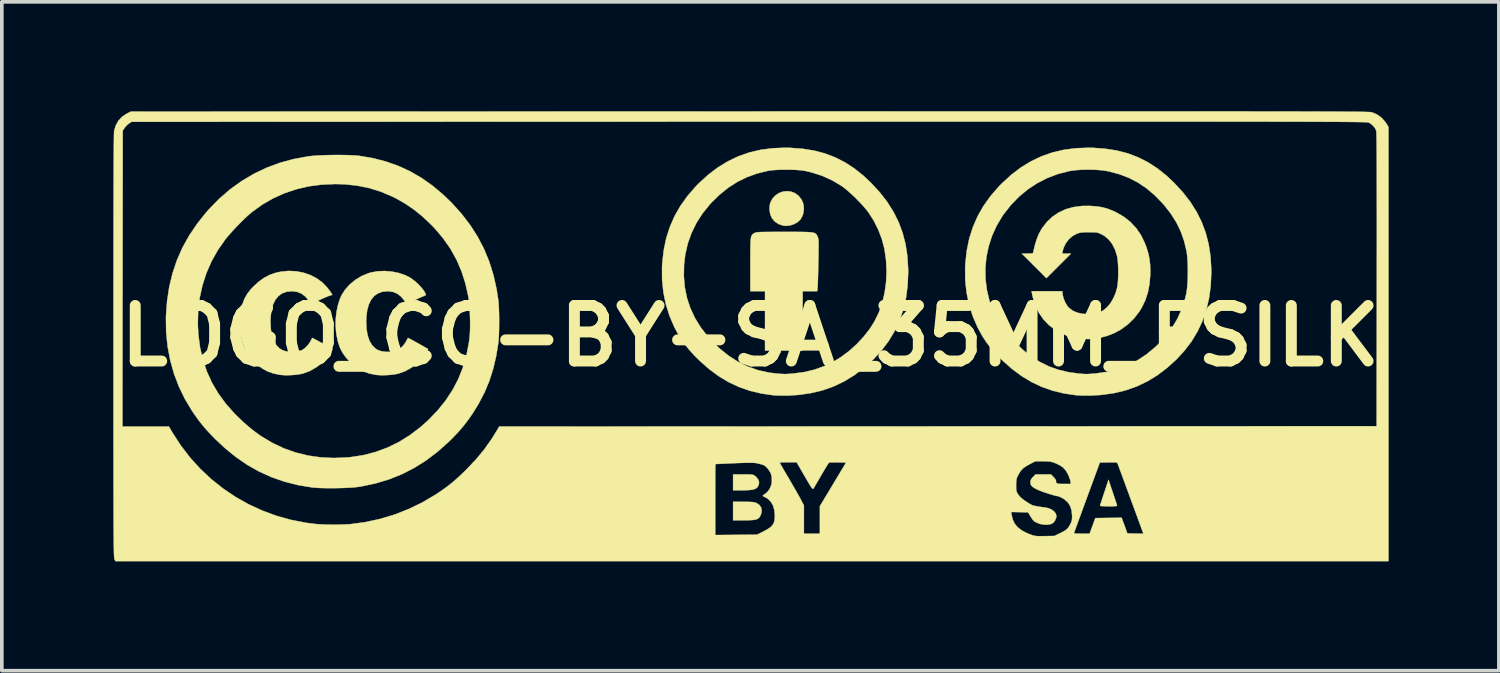
<source format=kicad_pcb>
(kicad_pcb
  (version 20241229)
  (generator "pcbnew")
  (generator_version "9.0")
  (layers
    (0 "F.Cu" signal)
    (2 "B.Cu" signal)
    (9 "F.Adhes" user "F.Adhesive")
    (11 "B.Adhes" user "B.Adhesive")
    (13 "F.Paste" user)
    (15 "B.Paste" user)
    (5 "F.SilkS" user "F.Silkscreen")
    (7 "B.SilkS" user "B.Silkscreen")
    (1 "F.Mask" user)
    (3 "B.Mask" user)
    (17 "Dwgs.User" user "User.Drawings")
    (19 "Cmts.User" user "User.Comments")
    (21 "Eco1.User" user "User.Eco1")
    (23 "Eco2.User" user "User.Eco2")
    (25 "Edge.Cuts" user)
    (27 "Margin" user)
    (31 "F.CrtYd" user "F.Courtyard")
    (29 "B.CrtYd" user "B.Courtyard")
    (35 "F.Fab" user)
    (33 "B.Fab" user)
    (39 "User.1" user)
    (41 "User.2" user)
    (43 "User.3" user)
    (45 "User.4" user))
  (footprint "LOGO_CC-BY-SA_35MM_FSILK"
    (layer "F.Cu")
    (at 17.533 6.164)
    (property "Reference" "LOGO_CC-BY-SA_35MM_FSILK" (at 0 0 0) (layer "F.SilkS") (effects (font (size 1.524 1.524) (thickness 0.3))))
    (attr through_hole)
    (fp_poly (pts (xy -0.188 4.552) (xy -0.077 4.552) (xy 0.006 4.555) (xy 0.066 4.559) (xy 0.111 4.566) (xy 0.147 4.576) (xy 0.17 4.586) (xy 0.247 4.637) (xy 0.294 4.705) (xy 0.312 4.787) (xy 0.298 4.878) (xy 0.275 4.934) (xy 0.251 4.975) (xy 0.221 5.005) (xy 0.182 5.028) (xy 0.128 5.043) (xy 0.054 5.052) (xy -0.045 5.057) (xy -0.173 5.059) (xy -0.188 5.059) (xy -0.473 5.059) (xy -0.473 4.551) (xy -0.188 4.552)) (stroke (width 0.01) (type solid)) (fill yes) (layer "F.SilkS"))
    (fp_poly (pts (xy -0.1 3.799) (xy -0.025 3.801) (xy 0.028 3.804) (xy 0.065 3.81) (xy 0.093 3.82) (xy 0.118 3.834) (xy 0.124 3.838) (xy 0.172 3.881) (xy 0.212 3.936) (xy 0.217 3.945) (xy 0.237 3.996) (xy 0.239 4.039) (xy 0.23 4.078) (xy 0.209 4.129) (xy 0.179 4.168) (xy 0.134 4.196) (xy 0.071 4.216) (xy -0.015 4.228) (xy -0.127 4.234) (xy -0.241 4.236) (xy -0.473 4.236) (xy -0.473 3.799) (xy -0.204 3.799) (xy -0.1 3.799)) (stroke (width 0.01) (type solid)) (fill yes) (layer "F.SilkS"))
    (fp_poly (pts (xy 9.937 4.28) (xy 9.972 4.384) (xy 10.003 4.477) (xy 10.029 4.555) (xy 10.048 4.612) (xy 10.057 4.641) (xy 10.058 4.643) (xy 10.059 4.656) (xy 10.051 4.664) (xy 10.027 4.669) (xy 9.983 4.672) (xy 9.913 4.674) (xy 9.83 4.674) (xy 9.744 4.673) (xy 9.671 4.67) (xy 9.619 4.667) (xy 9.594 4.662) (xy 9.593 4.661) (xy 9.598 4.641) (xy 9.613 4.593) (xy 9.636 4.522) (xy 9.665 4.433) (xy 9.698 4.331) (xy 9.71 4.298) (xy 9.826 3.948) (xy 9.937 4.28)) (stroke (width 0.01) (type solid)) (fill yes) (layer "F.SilkS"))
    (fp_poly (pts (xy 1.113 -3.958) (xy 1.222 -3.917) (xy 1.32 -3.846) (xy 1.329 -3.836) (xy 1.408 -3.734) (xy 1.456 -3.619) (xy 1.47 -3.493) (xy 1.452 -3.359) (xy 1.445 -3.334) (xy 1.417 -3.267) (xy 1.38 -3.202) (xy 1.366 -3.183) (xy 1.288 -3.114) (xy 1.189 -3.061) (xy 1.079 -3.028) (xy 0.967 -3.018) (xy 0.893 -3.027) (xy 0.769 -3.071) (xy 0.668 -3.14) (xy 0.592 -3.231) (xy 0.545 -3.341) (xy 0.527 -3.468) (xy 0.527 -3.484) (xy 0.53 -3.553) (xy 0.539 -3.617) (xy 0.548 -3.653) (xy 0.606 -3.763) (xy 0.685 -3.851) (xy 0.781 -3.916) (xy 0.887 -3.956) (xy 1 -3.97) (xy 1.113 -3.958)) (stroke (width 0.01) (type solid)) (fill yes) (layer "F.SilkS"))
    (fp_poly (pts (xy 1.13 -2.853) (xy 1.292 -2.853) (xy 1.425 -2.852) (xy 1.533 -2.849) (xy 1.618 -2.845) (xy 1.683 -2.839) (xy 1.732 -2.83) (xy 1.768 -2.818) (xy 1.794 -2.803) (xy 1.812 -2.784) (xy 1.827 -2.76) (xy 1.841 -2.731) (xy 1.847 -2.72) (xy 1.855 -2.7) (xy 1.862 -2.678) (xy 1.867 -2.649) (xy 1.87 -2.61) (xy 1.872 -2.557) (xy 1.873 -2.486) (xy 1.872 -2.393) (xy 1.871 -2.275) (xy 1.868 -2.129) (xy 1.866 -2.031) (xy 1.863 -1.883) (xy 1.86 -1.741) (xy 1.856 -1.613) (xy 1.853 -1.501) (xy 1.849 -1.41) (xy 1.846 -1.346) (xy 1.844 -1.317) (xy 1.833 -1.225) (xy 1.435 -1.225) (xy 1.435 0.403) (xy 0.403 0.403) (xy 0.403 -1.225) (xy 0 -1.225) (xy 0 -1.953) (xy 0.000058 -2.141) (xy 0.001 -2.297) (xy 0.002 -2.424) (xy 0.004 -2.526) (xy 0.008 -2.607) (xy 0.014 -2.668) (xy 0.023 -2.714) (xy 0.034 -2.747) (xy 0.049 -2.772) (xy 0.068 -2.791) (xy 0.09 -2.807) (xy 0.11 -2.819) (xy 0.125 -2.827) (xy 0.143 -2.834) (xy 0.166 -2.839) (xy 0.198 -2.844) (xy 0.243 -2.847) (xy 0.304 -2.85) (xy 0.383 -2.851) (xy 0.485 -2.852) (xy 0.613 -2.853) (xy 0.769 -2.853) (xy 0.937 -2.853) (xy 1.13 -2.853)) (stroke (width 0.01) (type solid)) (fill yes) (layer "F.SilkS"))
    (fp_poly (pts (xy -12.466 -1.773) (xy -12.265 -1.736) (xy -12.075 -1.672) (xy -11.9 -1.582) (xy -11.744 -1.468) (xy -11.618 -1.339) (xy -11.571 -1.28) (xy -11.529 -1.224) (xy -11.5 -1.182) (xy -11.497 -1.177) (xy -11.467 -1.126) (xy -11.541 -1.104) (xy -11.584 -1.088) (xy -11.651 -1.06) (xy -11.732 -1.025) (xy -11.819 -0.985) (xy -11.832 -0.979) (xy -11.911 -0.941) (xy -11.977 -0.91) (xy -12.026 -0.887) (xy -12.05 -0.876) (xy -12.052 -0.875) (xy -12.062 -0.889) (xy -12.086 -0.923) (xy -12.111 -0.962) (xy -12.202 -1.075) (xy -12.308 -1.157) (xy -12.429 -1.207) (xy -12.565 -1.225) (xy -12.577 -1.225) (xy -12.719 -1.211) (xy -12.841 -1.167) (xy -12.944 -1.094) (xy -13.028 -0.993) (xy -13.092 -0.863) (xy -13.135 -0.706) (xy -13.159 -0.521) (xy -13.164 -0.381) (xy -13.153 -0.181) (xy -13.122 -0.007) (xy -13.072 0.139) (xy -13.001 0.257) (xy -12.911 0.346) (xy -12.846 0.387) (xy -12.753 0.419) (xy -12.641 0.437) (xy -12.522 0.438) (xy -12.408 0.425) (xy -12.31 0.395) (xy -12.294 0.388) (xy -12.217 0.335) (xy -12.142 0.259) (xy -12.079 0.171) (xy -12.06 0.136) (xy -12.037 0.091) (xy -12.021 0.062) (xy -12.017 0.056) (xy -12.001 0.062) (xy -11.962 0.083) (xy -11.903 0.115) (xy -11.832 0.154) (xy -11.754 0.197) (xy -11.675 0.241) (xy -11.601 0.283) (xy -11.538 0.319) (xy -11.492 0.346) (xy -11.468 0.361) (xy -11.467 0.362) (xy -11.469 0.382) (xy -11.493 0.426) (xy -11.537 0.491) (xy -11.6 0.573) (xy -11.747 0.733) (xy -11.912 0.865) (xy -12.093 0.967) (xy -12.271 1.032) (xy -12.369 1.053) (xy -12.488 1.068) (xy -12.618 1.077) (xy -12.745 1.079) (xy -12.858 1.073) (xy -12.905 1.068) (xy -13.087 1.029) (xy -13.246 0.973) (xy -13.39 0.894) (xy -13.527 0.79) (xy -13.612 0.71) (xy -13.688 0.632) (xy -13.744 0.567) (xy -13.788 0.505) (xy -13.826 0.438) (xy -13.844 0.403) (xy -13.924 0.204) (xy -13.975 -0.007) (xy -14 -0.234) (xy -13.998 -0.455) (xy -13.978 -0.663) (xy -13.94 -0.846) (xy -13.881 -1.008) (xy -13.799 -1.155) (xy -13.692 -1.291) (xy -13.638 -1.348) (xy -13.489 -1.484) (xy -13.343 -1.59) (xy -13.193 -1.67) (xy -13.032 -1.727) (xy -12.882 -1.761) (xy -12.673 -1.782) (xy -12.466 -1.773)) (stroke (width 0.01) (type solid)) (fill yes) (layer "F.SilkS"))
    (fp_poly (pts (xy -9.834 -1.764) (xy -9.645 -1.726) (xy -9.469 -1.666) (xy -9.334 -1.598) (xy -9.259 -1.546) (xy -9.183 -1.485) (xy -9.111 -1.419) (xy -9.045 -1.35) (xy -8.988 -1.282) (xy -8.943 -1.221) (xy -8.914 -1.168) (xy -8.904 -1.129) (xy -8.915 -1.107) (xy -8.933 -1.103) (xy -8.955 -1.095) (xy -9.003 -1.075) (xy -9.07 -1.045) (xy -9.15 -1.007) (xy -9.188 -0.989) (xy -9.27 -0.949) (xy -9.34 -0.915) (xy -9.392 -0.89) (xy -9.421 -0.877) (xy -9.425 -0.875) (xy -9.436 -0.889) (xy -9.46 -0.923) (xy -9.486 -0.962) (xy -9.577 -1.075) (xy -9.682 -1.157) (xy -9.803 -1.207) (xy -9.939 -1.225) (xy -9.952 -1.225) (xy -10.093 -1.211) (xy -10.215 -1.167) (xy -10.318 -1.094) (xy -10.402 -0.993) (xy -10.466 -0.863) (xy -10.51 -0.706) (xy -10.533 -0.521) (xy -10.538 -0.381) (xy -10.527 -0.181) (xy -10.497 -0.007) (xy -10.446 0.139) (xy -10.375 0.257) (xy -10.285 0.346) (xy -10.22 0.387) (xy -10.127 0.419) (xy -10.015 0.437) (xy -9.896 0.438) (xy -9.782 0.425) (xy -9.684 0.395) (xy -9.668 0.388) (xy -9.591 0.335) (xy -9.516 0.259) (xy -9.453 0.171) (xy -9.434 0.136) (xy -9.411 0.091) (xy -9.395 0.062) (xy -9.391 0.056) (xy -9.376 0.062) (xy -9.336 0.083) (xy -9.277 0.115) (xy -9.206 0.154) (xy -9.128 0.197) (xy -9.049 0.241) (xy -8.975 0.283) (xy -8.912 0.319) (xy -8.866 0.346) (xy -8.842 0.361) (xy -8.842 0.362) (xy -8.843 0.382) (xy -8.867 0.426) (xy -8.912 0.491) (xy -8.974 0.573) (xy -9.121 0.733) (xy -9.286 0.865) (xy -9.467 0.967) (xy -9.646 1.032) (xy -9.743 1.053) (xy -9.862 1.068) (xy -9.992 1.077) (xy -10.119 1.079) (xy -10.232 1.073) (xy -10.279 1.068) (xy -10.461 1.029) (xy -10.62 0.973) (xy -10.764 0.894) (xy -10.901 0.79) (xy -10.986 0.71) (xy -11.099 0.586) (xy -11.188 0.46) (xy -11.257 0.325) (xy -11.309 0.174) (xy -11.347 -0.001) (xy -11.363 -0.103) (xy -11.376 -0.284) (xy -11.372 -0.475) (xy -11.35 -0.665) (xy -11.312 -0.847) (xy -11.26 -1.011) (xy -11.212 -1.119) (xy -11.111 -1.275) (xy -10.982 -1.417) (xy -10.83 -1.541) (xy -10.661 -1.643) (xy -10.479 -1.718) (xy -10.406 -1.74) (xy -10.223 -1.772) (xy -10.03 -1.78) (xy -9.834 -1.764)) (stroke (width 0.01) (type solid)) (fill yes) (layer "F.SilkS"))
    (fp_poly (pts (xy 9.49 -3.553) (xy 9.644 -3.53) (xy 9.786 -3.493) (xy 9.929 -3.439) (xy 10.039 -3.388) (xy 10.247 -3.267) (xy 10.429 -3.122) (xy 10.586 -2.954) (xy 10.717 -2.762) (xy 10.823 -2.545) (xy 10.864 -2.436) (xy 10.915 -2.271) (xy 10.948 -2.115) (xy 10.967 -1.955) (xy 10.973 -1.781) (xy 10.971 -1.672) (xy 10.95 -1.419) (xy 10.904 -1.187) (xy 10.833 -0.972) (xy 10.734 -0.77) (xy 10.674 -0.673) (xy 10.53 -0.484) (xy 10.362 -0.32) (xy 10.175 -0.181) (xy 9.97 -0.07) (xy 9.75 0.012) (xy 9.519 0.065) (xy 9.28 0.087) (xy 9.035 0.076) (xy 8.971 0.068) (xy 8.754 0.02) (xy 8.549 -0.059) (xy 8.359 -0.166) (xy 8.187 -0.3) (xy 8.038 -0.457) (xy 7.92 -0.627) (xy 7.868 -0.729) (xy 7.817 -0.85) (xy 7.773 -0.976) (xy 7.74 -1.095) (xy 7.729 -1.151) (xy 7.717 -1.225) (xy 8.556 -1.225) (xy 8.568 -1.131) (xy 8.591 -1.034) (xy 8.632 -0.931) (xy 8.685 -0.837) (xy 8.736 -0.773) (xy 8.842 -0.692) (xy 8.972 -0.636) (xy 9.126 -0.604) (xy 9.305 -0.597) (xy 9.334 -0.598) (xy 9.471 -0.613) (xy 9.587 -0.647) (xy 9.689 -0.704) (xy 9.788 -0.788) (xy 9.795 -0.795) (xy 9.88 -0.898) (xy 9.956 -1.027) (xy 10.019 -1.172) (xy 10.06 -1.31) (xy 10.076 -1.404) (xy 10.087 -1.523) (xy 10.093 -1.657) (xy 10.093 -1.798) (xy 10.089 -1.936) (xy 10.08 -2.062) (xy 10.066 -2.165) (xy 10.06 -2.193) (xy 10.004 -2.369) (xy 9.927 -2.521) (xy 9.829 -2.646) (xy 9.712 -2.744) (xy 9.632 -2.789) (xy 9.582 -2.812) (xy 9.54 -2.827) (xy 9.499 -2.837) (xy 9.448 -2.842) (xy 9.379 -2.844) (xy 9.286 -2.844) (xy 9.187 -2.843) (xy 9.114 -2.84) (xy 9.058 -2.833) (xy 9.01 -2.821) (xy 8.961 -2.805) (xy 8.954 -2.802) (xy 8.835 -2.737) (xy 8.731 -2.644) (xy 8.647 -2.531) (xy 8.589 -2.404) (xy 8.568 -2.324) (xy 8.556 -2.258) (xy 8.796 -2.258) (xy 8.122 -1.584) (xy 7.785 -1.921) (xy 7.449 -2.258) (xy 7.601 -2.258) (xy 7.675 -2.259) (xy 7.721 -2.262) (xy 7.746 -2.269) (xy 7.758 -2.281) (xy 7.762 -2.298) (xy 7.805 -2.485) (xy 7.853 -2.643) (xy 7.908 -2.781) (xy 7.973 -2.905) (xy 8.004 -2.954) (xy 8.136 -3.126) (xy 8.289 -3.271) (xy 8.462 -3.387) (xy 8.655 -3.475) (xy 8.867 -3.534) (xy 9.098 -3.564) (xy 9.313 -3.566) (xy 9.49 -3.553)) (stroke (width 0.01) (type solid)) (fill yes) (layer "F.SilkS"))
    (fp_poly (pts (xy 9.4 -5.159) (xy 9.74 -5.134) (xy 10.058 -5.084) (xy 10.357 -5.006) (xy 10.64 -4.898) (xy 10.91 -4.761) (xy 11.169 -4.593) (xy 11.419 -4.393) (xy 11.625 -4.199) (xy 11.865 -3.939) (xy 12.071 -3.674) (xy 12.243 -3.401) (xy 12.384 -3.118) (xy 12.493 -2.823) (xy 12.573 -2.514) (xy 12.623 -2.189) (xy 12.644 -1.844) (xy 12.645 -1.742) (xy 12.63 -1.383) (xy 12.585 -1.042) (xy 12.51 -0.719) (xy 12.405 -0.412) (xy 12.268 -0.121) (xy 12.101 0.155) (xy 11.902 0.415) (xy 11.691 0.643) (xy 11.432 0.878) (xy 11.164 1.081) (xy 10.886 1.25) (xy 10.596 1.388) (xy 10.292 1.495) (xy 9.972 1.571) (xy 9.634 1.619) (xy 9.357 1.636) (xy 9.248 1.637) (xy 9.135 1.636) (xy 9.032 1.633) (xy 8.949 1.628) (xy 8.936 1.627) (xy 8.607 1.579) (xy 8.296 1.504) (xy 8 1.4) (xy 7.718 1.268) (xy 7.446 1.104) (xy 7.182 0.909) (xy 6.924 0.681) (xy 6.783 0.541) (xy 6.623 0.364) (xy 6.486 0.19) (xy 6.367 0.009) (xy 6.257 -0.19) (xy 6.233 -0.236) (xy 6.099 -0.546) (xy 5.998 -0.866) (xy 5.93 -1.196) (xy 5.895 -1.537) (xy 5.893 -1.863) (xy 6.447 -1.863) (xy 6.451 -1.562) (xy 6.489 -1.261) (xy 6.559 -0.965) (xy 6.574 -0.919) (xy 6.674 -0.657) (xy 6.803 -0.407) (xy 6.965 -0.166) (xy 7.159 0.07) (xy 7.238 0.155) (xy 7.468 0.375) (xy 7.701 0.561) (xy 7.941 0.714) (xy 8.192 0.838) (xy 8.456 0.931) (xy 8.736 0.997) (xy 9.036 1.037) (xy 9.199 1.048) (xy 9.237 1.047) (xy 9.301 1.044) (xy 9.381 1.038) (xy 9.462 1.032) (xy 9.772 0.989) (xy 10.066 0.916) (xy 10.345 0.812) (xy 10.61 0.677) (xy 10.864 0.509) (xy 11.107 0.308) (xy 11.164 0.255) (xy 11.379 0.027) (xy 11.563 -0.214) (xy 11.715 -0.47) (xy 11.838 -0.743) (xy 11.93 -1.034) (xy 11.959 -1.155) (xy 11.976 -1.263) (xy 11.99 -1.398) (xy 11.998 -1.551) (xy 12.002 -1.714) (xy 12.002 -1.878) (xy 11.996 -2.036) (xy 11.986 -2.179) (xy 11.971 -2.299) (xy 11.967 -2.319) (xy 11.9 -2.603) (xy 11.806 -2.868) (xy 11.684 -3.118) (xy 11.531 -3.359) (xy 11.346 -3.595) (xy 11.313 -3.632) (xy 11.095 -3.856) (xy 10.87 -4.047) (xy 10.634 -4.206) (xy 10.384 -4.336) (xy 10.118 -4.437) (xy 9.832 -4.513) (xy 9.798 -4.52) (xy 9.648 -4.543) (xy 9.475 -4.557) (xy 9.289 -4.562) (xy 9.103 -4.559) (xy 8.926 -4.546) (xy 8.77 -4.525) (xy 8.744 -4.52) (xy 8.44 -4.442) (xy 8.149 -4.332) (xy 7.873 -4.191) (xy 7.614 -4.021) (xy 7.373 -3.822) (xy 7.152 -3.595) (xy 6.953 -3.342) (xy 6.912 -3.283) (xy 6.756 -3.021) (xy 6.631 -2.745) (xy 6.538 -2.458) (xy 6.476 -2.163) (xy 6.447 -1.863) (xy 5.893 -1.863) (xy 5.893 -1.889) (xy 5.9 -2.002) (xy 5.939 -2.348) (xy 6.007 -2.676) (xy 6.106 -2.987) (xy 6.235 -3.282) (xy 6.396 -3.565) (xy 6.589 -3.835) (xy 6.815 -4.096) (xy 6.901 -4.184) (xy 7.158 -4.419) (xy 7.423 -4.621) (xy 7.698 -4.789) (xy 7.985 -4.926) (xy 8.285 -5.031) (xy 8.599 -5.105) (xy 8.929 -5.148) (xy 9.276 -5.161) (xy 9.4 -5.159)) (stroke (width 0.01) (type solid)) (fill yes) (layer "F.SilkS"))
    (fp_poly (pts (xy 1.085 -5.159) (xy 1.425 -5.134) (xy 1.743 -5.084) (xy 2.042 -5.006) (xy 2.325 -4.898) (xy 2.595 -4.761) (xy 2.854 -4.593) (xy 3.104 -4.393) (xy 3.31 -4.199) (xy 3.55 -3.939) (xy 3.756 -3.674) (xy 3.928 -3.401) (xy 4.069 -3.118) (xy 4.178 -2.823) (xy 4.258 -2.514) (xy 4.308 -2.189) (xy 4.329 -1.844) (xy 4.33 -1.742) (xy 4.315 -1.383) (xy 4.271 -1.042) (xy 4.195 -0.719) (xy 4.09 -0.412) (xy 3.953 -0.121) (xy 3.786 0.155) (xy 3.587 0.415) (xy 3.376 0.643) (xy 3.117 0.878) (xy 2.849 1.081) (xy 2.571 1.25) (xy 2.281 1.388) (xy 1.977 1.495) (xy 1.657 1.571) (xy 1.319 1.619) (xy 1.042 1.636) (xy 0.933 1.637) (xy 0.82 1.636) (xy 0.717 1.633) (xy 0.634 1.628) (xy 0.621 1.627) (xy 0.292 1.579) (xy -0.019 1.504) (xy -0.315 1.4) (xy -0.597 1.268) (xy -0.869 1.104) (xy -1.133 0.909) (xy -1.391 0.681) (xy -1.532 0.541) (xy -1.692 0.364) (xy -1.828 0.19) (xy -1.948 0.009) (xy -2.058 -0.19) (xy -2.082 -0.236) (xy -2.216 -0.546) (xy -2.317 -0.866) (xy -2.385 -1.196) (xy -2.42 -1.537) (xy -2.421 -1.639) (xy -1.824 -1.639) (xy -1.798 -1.336) (xy -1.739 -1.044) (xy -1.647 -0.764) (xy -1.521 -0.495) (xy -1.363 -0.237) (xy -1.171 0.012) (xy -1.075 0.119) (xy -0.839 0.35) (xy -0.592 0.547) (xy -0.334 0.712) (xy -0.065 0.843) (xy 0.215 0.942) (xy 0.504 1.006) (xy 0.696 1.03) (xy 0.795 1.039) (xy 0.87 1.044) (xy 0.933 1.047) (xy 0.992 1.046) (xy 1.061 1.042) (xy 1.148 1.035) (xy 1.177 1.033) (xy 1.483 0.992) (xy 1.771 0.923) (xy 2.045 0.823) (xy 2.309 0.691) (xy 2.489 0.579) (xy 2.712 0.413) (xy 2.923 0.222) (xy 3.116 0.014) (xy 3.286 -0.206) (xy 3.409 -0.403) (xy 3.526 -0.643) (xy 3.618 -0.905) (xy 3.684 -1.183) (xy 3.724 -1.472) (xy 3.738 -1.768) (xy 3.724 -2.066) (xy 3.683 -2.363) (xy 3.675 -2.402) (xy 3.608 -2.657) (xy 3.51 -2.913) (xy 3.386 -3.16) (xy 3.244 -3.383) (xy 3.173 -3.475) (xy 3.081 -3.581) (xy 2.975 -3.693) (xy 2.862 -3.807) (xy 2.747 -3.914) (xy 2.639 -4.009) (xy 2.542 -4.086) (xy 2.507 -4.111) (xy 2.246 -4.267) (xy 1.969 -4.392) (xy 1.676 -4.486) (xy 1.479 -4.53) (xy 1.376 -4.544) (xy 1.248 -4.554) (xy 1.104 -4.559) (xy 0.953 -4.56) (xy 0.803 -4.557) (xy 0.664 -4.55) (xy 0.545 -4.538) (xy 0.481 -4.528) (xy 0.184 -4.455) (xy -0.095 -4.354) (xy -0.358 -4.224) (xy -0.608 -4.064) (xy -0.845 -3.872) (xy -1.074 -3.648) (xy -1.117 -3.6) (xy -1.314 -3.356) (xy -1.479 -3.097) (xy -1.613 -2.823) (xy -1.715 -2.537) (xy -1.784 -2.239) (xy -1.818 -1.956) (xy -1.824 -1.639) (xy -2.421 -1.639) (xy -2.422 -1.889) (xy -2.415 -2.002) (xy -2.376 -2.348) (xy -2.308 -2.676) (xy -2.209 -2.987) (xy -2.08 -3.282) (xy -1.919 -3.565) (xy -1.726 -3.835) (xy -1.5 -4.096) (xy -1.414 -4.184) (xy -1.157 -4.419) (xy -0.892 -4.621) (xy -0.616 -4.789) (xy -0.33 -4.926) (xy -0.03 -5.031) (xy 0.284 -5.105) (xy 0.614 -5.148) (xy 0.961 -5.161) (xy 1.085 -5.159)) (stroke (width 0.01) (type solid)) (fill yes) (layer "F.SilkS"))
    (fp_poly (pts (xy -11.224 -4.962) (xy -11.069 -4.959) (xy -10.93 -4.955) (xy -10.812 -4.948) (xy -10.731 -4.94) (xy -10.353 -4.875) (xy -9.996 -4.783) (xy -9.656 -4.663) (xy -9.333 -4.514) (xy -9.023 -4.335) (xy -8.724 -4.125) (xy -8.434 -3.882) (xy -8.191 -3.648) (xy -7.922 -3.35) (xy -7.686 -3.042) (xy -7.481 -2.722) (xy -7.307 -2.389) (xy -7.163 -2.039) (xy -7.048 -1.672) (xy -6.961 -1.286) (xy -6.913 -0.972) (xy -6.904 -0.88) (xy -6.898 -0.761) (xy -6.893 -0.623) (xy -6.891 -0.473) (xy -6.891 -0.32) (xy -6.893 -0.17) (xy -6.897 -0.032) (xy -6.903 0.087) (xy -6.912 0.179) (xy -6.912 0.184) (xy -6.973 0.558) (xy -7.055 0.908) (xy -7.161 1.239) (xy -7.293 1.555) (xy -7.453 1.861) (xy -7.615 2.123) (xy -7.742 2.307) (xy -7.872 2.475) (xy -8.012 2.638) (xy -8.17 2.803) (xy -8.28 2.911) (xy -8.582 3.181) (xy -8.896 3.418) (xy -9.221 3.622) (xy -9.56 3.795) (xy -9.913 3.936) (xy -10.283 4.047) (xy -10.67 4.129) (xy -10.752 4.142) (xy -10.851 4.153) (xy -10.977 4.163) (xy -11.124 4.17) (xy -11.282 4.175) (xy -11.446 4.177) (xy -11.606 4.177) (xy -11.757 4.174) (xy -11.889 4.168) (xy -11.996 4.16) (xy -12.02 4.157) (xy -12.408 4.093) (xy -12.78 3.999) (xy -13.135 3.875) (xy -13.475 3.721) (xy -13.803 3.536) (xy -14.119 3.318) (xy -14.425 3.068) (xy -14.679 2.829) (xy -14.819 2.685) (xy -14.939 2.555) (xy -15.045 2.428) (xy -15.147 2.297) (xy -15.25 2.152) (xy -15.309 2.066) (xy -15.507 1.738) (xy -15.674 1.395) (xy -15.81 1.037) (xy -15.914 0.668) (xy -15.986 0.287) (xy -16.025 -0.103) (xy -16.028 -0.322) (xy -15.157 -0.322) (xy -15.141 -0.029) (xy -15.094 0.323) (xy -15.016 0.659) (xy -14.907 0.98) (xy -14.767 1.287) (xy -14.594 1.58) (xy -14.389 1.86) (xy -14.152 2.128) (xy -14.089 2.191) (xy -13.925 2.349) (xy -13.772 2.484) (xy -13.623 2.605) (xy -13.467 2.718) (xy -13.408 2.758) (xy -13.108 2.938) (xy -12.796 3.085) (xy -12.47 3.2) (xy -12.133 3.283) (xy -11.783 3.333) (xy -11.422 3.35) (xy -11.05 3.334) (xy -10.958 3.325) (xy -10.612 3.271) (xy -10.277 3.184) (xy -9.953 3.064) (xy -9.641 2.911) (xy -9.341 2.725) (xy -9.053 2.506) (xy -8.837 2.314) (xy -8.582 2.05) (xy -8.361 1.776) (xy -8.172 1.49) (xy -8.014 1.191) (xy -7.888 0.877) (xy -7.79 0.546) (xy -7.722 0.197) (xy -7.701 0.037) (xy -7.691 -0.091) (xy -7.686 -0.245) (xy -7.687 -0.414) (xy -7.692 -0.589) (xy -7.701 -0.76) (xy -7.715 -0.919) (xy -7.732 -1.055) (xy -7.737 -1.085) (xy -7.816 -1.44) (xy -7.924 -1.775) (xy -8.061 -2.093) (xy -8.229 -2.394) (xy -8.429 -2.68) (xy -8.66 -2.952) (xy -8.777 -3.072) (xy -9.006 -3.286) (xy -9.236 -3.471) (xy -9.471 -3.631) (xy -9.721 -3.773) (xy -9.835 -3.829) (xy -10.141 -3.958) (xy -10.454 -4.055) (xy -10.779 -4.121) (xy -11.117 -4.158) (xy -11.383 -4.166) (xy -11.754 -4.15) (xy -12.112 -4.103) (xy -12.455 -4.023) (xy -12.784 -3.912) (xy -13.098 -3.77) (xy -13.396 -3.597) (xy -13.678 -3.392) (xy -13.689 -3.383) (xy -13.773 -3.311) (xy -13.873 -3.218) (xy -13.981 -3.111) (xy -14.093 -2.997) (xy -14.2 -2.882) (xy -14.298 -2.773) (xy -14.379 -2.677) (xy -14.403 -2.646) (xy -14.608 -2.352) (xy -14.781 -2.044) (xy -14.921 -1.723) (xy -15.029 -1.389) (xy -15.105 -1.044) (xy -15.147 -0.688) (xy -15.157 -0.322) (xy -16.028 -0.322) (xy -16.031 -0.501) (xy -16.029 -0.551) (xy -15.999 -0.958) (xy -15.94 -1.347) (xy -15.85 -1.719) (xy -15.73 -2.075) (xy -15.579 -2.419) (xy -15.395 -2.75) (xy -15.179 -3.071) (xy -14.93 -3.384) (xy -14.855 -3.469) (xy -14.573 -3.758) (xy -14.273 -4.018) (xy -13.957 -4.246) (xy -13.623 -4.444) (xy -13.274 -4.611) (xy -12.909 -4.747) (xy -12.528 -4.851) (xy -12.133 -4.924) (xy -12.087 -4.93) (xy -11.985 -4.94) (xy -11.858 -4.949) (xy -11.711 -4.955) (xy -11.552 -4.96) (xy -11.387 -4.962) (xy -11.224 -4.962)) (stroke (width 0.01) (type solid)) (fill yes) (layer "F.SilkS"))
    (fp_poly (pts (xy 9.593 -6.159) (xy 10.127 -6.159) (xy 10.636 -6.159) (xy 11.119 -6.159) (xy 11.578 -6.159) (xy 12.012 -6.159) (xy 12.424 -6.158) (xy 12.812 -6.158) (xy 13.178 -6.158) (xy 13.523 -6.158) (xy 13.846 -6.157) (xy 14.15 -6.157) (xy 14.434 -6.157) (xy 14.699 -6.156) (xy 14.946 -6.156) (xy 15.175 -6.155) (xy 15.387 -6.155) (xy 15.583 -6.154) (xy 15.763 -6.153) (xy 15.928 -6.153) (xy 16.078 -6.152) (xy 16.215 -6.151) (xy 16.339 -6.15) (xy 16.45 -6.15) (xy 16.549 -6.149) (xy 16.637 -6.148) (xy 16.715 -6.147) (xy 16.782 -6.146) (xy 16.84 -6.145) (xy 16.89 -6.144) (xy 16.932 -6.142) (xy 16.966 -6.141) (xy 16.993 -6.14) (xy 17.015 -6.138) (xy 17.031 -6.137) (xy 17.042 -6.135) (xy 17.049 -6.134) (xy 17.189 -6.075) (xy 17.313 -5.986) (xy 17.421 -5.865) (xy 17.468 -5.794) (xy 17.505 -5.733) (xy 17.505 0.223) (xy 17.505 6.179) (xy -17.417 6.179) (xy -17.443 6.128) (xy -17.446 6.12) (xy -17.448 6.107) (xy -17.45 6.087) (xy -17.452 6.059) (xy -17.454 6.023) (xy -17.456 5.976) (xy -17.458 5.918) (xy -17.459 5.848) (xy -17.461 5.764) (xy -17.462 5.666) (xy -17.463 5.552) (xy -17.464 5.422) (xy -17.465 5.274) (xy -17.466 5.108) (xy -17.467 4.921) (xy -17.467 4.714) (xy -17.468 4.484) (xy -17.468 4.231) (xy -17.469 3.954) (xy -17.469 3.652) (xy -17.469 3.323) (xy -17.47 2.967) (xy -17.47 2.582) (xy -17.47 2.486) (xy -17.225 2.486) (xy -15.952 2.486) (xy -15.851 2.656) (xy -15.622 3.009) (xy -15.368 3.34) (xy -15.089 3.647) (xy -14.787 3.93) (xy -14.465 4.186) (xy -14.123 4.417) (xy -13.764 4.619) (xy -13.389 4.792) (xy -13.001 4.935) (xy -12.6 5.047) (xy -12.189 5.127) (xy -11.909 5.162) (xy -11.793 5.17) (xy -11.652 5.176) (xy -11.497 5.178) (xy -11.337 5.178) (xy -11.184 5.175) (xy -11.047 5.169) (xy -10.958 5.163) (xy -10.549 5.107) (xy -10.143 5.018) (xy -9.744 4.897) (xy -9.356 4.743) (xy -8.981 4.56) (xy -8.865 4.491) (xy -0.963 4.491) (xy -0.963 5.463) (xy -0.389 5.458) (xy 0.184 5.453) (xy 0.339 5.376) (xy 0.455 5.314) (xy 0.542 5.257) (xy 0.602 5.199) (xy 0.642 5.136) (xy 0.664 5.061) (xy 0.672 4.971) (xy 0.673 4.937) (xy 0.66 4.785) (xy 0.623 4.654) (xy 0.562 4.548) (xy 0.478 4.466) (xy 0.403 4.423) (xy 0.358 4.402) (xy 0.341 4.388) (xy 0.347 4.376) (xy 0.357 4.369) (xy 0.46 4.292) (xy 0.533 4.196) (xy 0.577 4.081) (xy 0.591 3.987) (xy 0.587 3.862) (xy 0.555 3.753) (xy 0.491 3.654) (xy 0.476 3.637) (xy 0.44 3.598) (xy 0.408 3.57) (xy 0.374 3.548) (xy 0.33 3.531) (xy 0.269 3.514) (xy 0.184 3.495) (xy 0.14 3.486) (xy 0.091 3.481) (xy 0.008 3.479) (xy -0.11 3.48) (xy -0.262 3.485) (xy -0.446 3.492) (xy -0.576 3.498) (xy -0.693 3.504) (xy -0.795 3.509) (xy -0.875 3.512) (xy -0.931 3.515) (xy -0.957 3.517) (xy -0.958 3.517) (xy -0.959 3.534) (xy -0.96 3.583) (xy -0.961 3.661) (xy -0.961 3.765) (xy -0.962 3.89) (xy -0.962 4.036) (xy -0.963 4.197) (xy -0.963 4.371) (xy -0.963 4.491) (xy -8.865 4.491) (xy -8.625 4.348) (xy -8.622 4.346) (xy -8.464 4.24) (xy -8.322 4.138) (xy -8.191 4.035) (xy -8.06 3.923) (xy -7.922 3.796) (xy -7.793 3.67) (xy -7.609 3.476) (xy 0.805 3.476) (xy 0.814 3.494) (xy 0.838 3.537) (xy 0.875 3.602) (xy 0.923 3.686) (xy 0.98 3.783) (xy 1.043 3.891) (xy 1.044 3.892) (xy 1.114 4.011) (xy 1.183 4.131) (xy 1.249 4.245) (xy 1.306 4.346) (xy 1.352 4.429) (xy 1.377 4.474) (xy 1.47 4.651) (xy 1.47 5.427) (xy 1.908 5.427) (xy 1.908 4.83) (xy 7.155 4.83) (xy 7.168 4.913) (xy 7.199 5.041) (xy 7.252 5.151) (xy 7.33 5.246) (xy 7.435 5.329) (xy 7.57 5.403) (xy 7.702 5.456) (xy 7.75 5.472) (xy 7.794 5.483) (xy 7.841 5.49) (xy 7.901 5.494) (xy 7.98 5.494) (xy 8.079 5.493) (xy 8.341 5.488) (xy 8.478 5.422) (xy 8.506 5.409) (xy 8.881 5.409) (xy 8.89 5.417) (xy 8.915 5.423) (xy 8.961 5.425) (xy 9.034 5.426) (xy 9.09 5.427) (xy 9.308 5.427) (xy 9.464 4.998) (xy 9.825 4.993) (xy 10.185 4.988) (xy 10.213 5.063) (xy 10.232 5.116) (xy 10.259 5.188) (xy 10.287 5.265) (xy 10.291 5.278) (xy 10.342 5.418) (xy 10.562 5.423) (xy 10.783 5.428) (xy 10.724 5.265) (xy 10.703 5.209) (xy 10.674 5.128) (xy 10.636 5.026) (xy 10.593 4.907) (xy 10.544 4.775) (xy 10.492 4.633) (xy 10.437 4.484) (xy 10.382 4.334) (xy 10.327 4.185) (xy 10.274 4.041) (xy 10.225 3.907) (xy 10.18 3.785) (xy 10.141 3.679) (xy 10.11 3.594) (xy 10.087 3.534) (xy 10.075 3.5) (xy 10.073 3.496) (xy 10.065 3.484) (xy 10.049 3.475) (xy 10.019 3.47) (xy 9.969 3.468) (xy 9.894 3.469) (xy 9.824 3.47) (xy 9.587 3.475) (xy 9.24 4.42) (xy 9.176 4.594) (xy 9.115 4.759) (xy 9.06 4.911) (xy 9.009 5.048) (xy 8.966 5.167) (xy 8.931 5.264) (xy 8.904 5.336) (xy 8.888 5.382) (xy 8.883 5.396) (xy 8.881 5.409) (xy 8.506 5.409) (xy 8.57 5.377) (xy 8.636 5.339) (xy 8.684 5.302) (xy 8.721 5.26) (xy 8.755 5.207) (xy 8.77 5.18) (xy 8.801 5.117) (xy 8.818 5.065) (xy 8.826 5.008) (xy 8.827 4.938) (xy 8.814 4.793) (xy 8.776 4.67) (xy 8.712 4.569) (xy 8.62 4.486) (xy 8.572 4.456) (xy 8.512 4.425) (xy 8.461 4.403) (xy 8.428 4.394) (xy 8.427 4.394) (xy 8.39 4.389) (xy 8.328 4.373) (xy 8.248 4.35) (xy 8.159 4.322) (xy 8.068 4.292) (xy 7.983 4.261) (xy 7.911 4.233) (xy 7.869 4.214) (xy 7.787 4.17) (xy 7.733 4.133) (xy 7.701 4.095) (xy 7.687 4.053) (xy 7.685 4.016) (xy 7.689 3.968) (xy 7.706 3.928) (xy 7.742 3.884) (xy 7.755 3.871) (xy 7.825 3.799) (xy 8.245 3.799) (xy 8.315 3.869) (xy 8.354 3.913) (xy 8.379 3.953) (xy 8.385 3.972) (xy 8.387 4.009) (xy 8.396 4.035) (xy 8.419 4.05) (xy 8.461 4.058) (xy 8.528 4.061) (xy 8.599 4.061) (xy 8.792 4.061) (xy 8.782 3.988) (xy 8.77 3.937) (xy 8.745 3.869) (xy 8.714 3.797) (xy 8.709 3.787) (xy 8.653 3.691) (xy 8.586 3.616) (xy 8.5 3.554) (xy 8.389 3.5) (xy 8.362 3.489) (xy 8.303 3.467) (xy 8.252 3.453) (xy 8.199 3.445) (xy 8.132 3.441) (xy 8.043 3.44) (xy 8.026 3.44) (xy 7.816 3.44) (xy 7.656 3.522) (xy 7.554 3.58) (xy 7.477 3.638) (xy 7.416 3.704) (xy 7.363 3.788) (xy 7.34 3.833) (xy 7.316 3.884) (xy 7.302 3.932) (xy 7.294 3.986) (xy 7.292 4.058) (xy 7.291 4.097) (xy 7.292 4.176) (xy 7.295 4.23) (xy 7.304 4.271) (xy 7.321 4.308) (xy 7.348 4.352) (xy 7.349 4.354) (xy 7.408 4.424) (xy 7.499 4.5) (xy 7.622 4.582) (xy 7.73 4.644) (xy 7.76 4.654) (xy 7.816 4.666) (xy 7.89 4.68) (xy 7.974 4.693) (xy 8.058 4.704) (xy 8.088 4.708) (xy 8.186 4.729) (xy 8.271 4.768) (xy 8.337 4.819) (xy 8.381 4.879) (xy 8.397 4.944) (xy 8.392 4.98) (xy 8.357 5.068) (xy 8.308 5.129) (xy 8.24 5.165) (xy 8.148 5.18) (xy 8.075 5.179) (xy 7.96 5.162) (xy 7.859 5.125) (xy 7.804 5.095) (xy 7.764 5.061) (xy 7.726 5.014) (xy 7.691 4.959) (xy 7.62 4.84) (xy 7.388 4.835) (xy 7.155 4.83) (xy 1.908 4.83) (xy 1.908 4.671) (xy 2.626 3.475) (xy 2.404 3.47) (xy 2.318 3.469) (xy 2.244 3.469) (xy 2.19 3.47) (xy 2.163 3.472) (xy 2.162 3.472) (xy 2.148 3.489) (xy 2.119 3.532) (xy 2.079 3.596) (xy 2.03 3.678) (xy 1.975 3.772) (xy 1.947 3.819) (xy 1.89 3.919) (xy 1.836 4.01) (xy 1.791 4.088) (xy 1.756 4.147) (xy 1.734 4.182) (xy 1.729 4.189) (xy 1.72 4.196) (xy 1.709 4.194) (xy 1.693 4.179) (xy 1.67 4.148) (xy 1.638 4.099) (xy 1.595 4.027) (xy 1.538 3.93) (xy 1.488 3.843) (xy 1.27 3.466) (xy 1.037 3.466) (xy 0.952 3.467) (xy 0.881 3.469) (xy 0.83 3.472) (xy 0.806 3.475) (xy 0.805 3.476) (xy -7.609 3.476) (xy -7.531 3.395) (xy -7.3 3.115) (xy -7.094 2.825) (xy -6.99 2.657) (xy -6.888 2.487) (xy 5.147 2.482) (xy 17.181 2.477) (xy 17.186 -1.538) (xy 17.186 -2.038) (xy 17.187 -2.502) (xy 17.187 -2.933) (xy 17.187 -3.329) (xy 17.186 -3.693) (xy 17.186 -4.024) (xy 17.185 -4.322) (xy 17.185 -4.588) (xy 17.184 -4.823) (xy 17.183 -5.027) (xy 17.181 -5.2) (xy 17.18 -5.343) (xy 17.178 -5.456) (xy 17.176 -5.54) (xy 17.174 -5.595) (xy 17.172 -5.621) (xy 17.172 -5.623) (xy 17.136 -5.7) (xy 17.077 -5.773) (xy 17.004 -5.831) (xy 16.957 -5.855) (xy 16.951 -5.856) (xy 16.94 -5.858) (xy 16.925 -5.859) (xy 16.904 -5.861) (xy 16.876 -5.862) (xy 16.842 -5.863) (xy 16.8 -5.864) (xy 16.749 -5.865) (xy 16.69 -5.866) (xy 16.621 -5.867) (xy 16.542 -5.868) (xy 16.452 -5.869) (xy 16.351 -5.87) (xy 16.238 -5.871) (xy 16.112 -5.872) (xy 15.972 -5.873) (xy 15.819 -5.873) (xy 15.651 -5.874) (xy 15.467 -5.875) (xy 15.268 -5.875) (xy 15.052 -5.876) (xy 14.819 -5.876) (xy 14.568 -5.877) (xy 14.298 -5.877) (xy 14.009 -5.878) (xy 13.7 -5.878) (xy 13.371 -5.878) (xy 13.021 -5.878) (xy 12.649 -5.879) (xy 12.255 -5.879) (xy 11.838 -5.879) (xy 11.397 -5.879) (xy 10.932 -5.879) (xy 10.442 -5.879) (xy 9.926 -5.879) (xy 9.384 -5.879) (xy 8.815 -5.879) (xy 8.219 -5.879) (xy 7.595 -5.879) (xy 6.941 -5.879) (xy 6.259 -5.879) (xy 5.546 -5.879) (xy 4.802 -5.879) (xy 4.028 -5.879) (xy 3.221 -5.879) (xy 2.381 -5.878) (xy 1.509 -5.878) (xy 0.602 -5.878) (xy -0.045 -5.878) (xy -16.974 -5.873) (xy -17.047 -5.825) (xy -17.103 -5.778) (xy -17.155 -5.721) (xy -17.168 -5.703) (xy -17.216 -5.63) (xy -17.221 -1.572) (xy -17.225 2.486) (xy -17.47 2.486) (xy -17.47 2.167) (xy -17.47 1.721) (xy -17.47 1.244) (xy -17.47 0.734) (xy -17.47 0.275) (xy -17.47 -0.334) (xy -17.47 -0.91) (xy -17.47 -1.454) (xy -17.469 -1.965) (xy -17.469 -2.444) (xy -17.468 -2.89) (xy -17.468 -3.302) (xy -17.467 -3.682) (xy -17.466 -4.028) (xy -17.465 -4.341) (xy -17.464 -4.62) (xy -17.463 -4.865) (xy -17.461 -5.076) (xy -17.46 -5.253) (xy -17.458 -5.396) (xy -17.457 -5.504) (xy -17.455 -5.577) (xy -17.453 -5.616) (xy -17.453 -5.621) (xy -17.408 -5.771) (xy -17.336 -5.901) (xy -17.236 -6.009) (xy -17.111 -6.094) (xy -17.085 -6.107) (xy -16.989 -6.153) (xy -0.018 -6.157) (xy 0.914 -6.158) (xy 1.81 -6.158) (xy 2.674 -6.158) (xy 3.504 -6.158) (xy 4.302 -6.159) (xy 5.067 -6.159) (xy 5.802 -6.159) (xy 6.506 -6.159) (xy 7.181 -6.159) (xy 7.826 -6.159) (xy 8.443 -6.159) (xy 9.031 -6.159) (xy 9.593 -6.159)) (stroke (width 0.01) (type solid)) (fill yes) (layer "F.SilkS")))
  (gr_rect
    (start -3 -3)
    (end 38.067 15.348)
    (stroke (width 0.1) (type default))
    (fill no)
    (layer "Edge.Cuts")))
</source>
